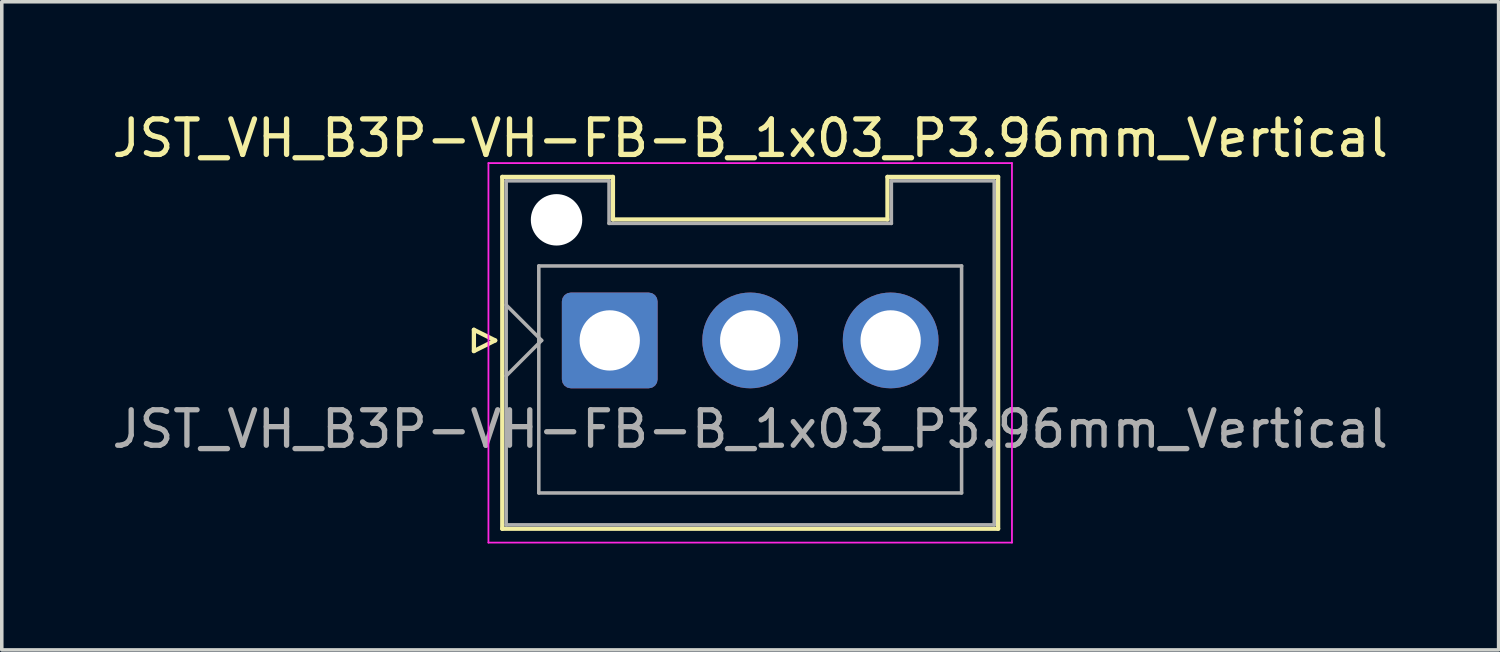
<source format=kicad_pcb>
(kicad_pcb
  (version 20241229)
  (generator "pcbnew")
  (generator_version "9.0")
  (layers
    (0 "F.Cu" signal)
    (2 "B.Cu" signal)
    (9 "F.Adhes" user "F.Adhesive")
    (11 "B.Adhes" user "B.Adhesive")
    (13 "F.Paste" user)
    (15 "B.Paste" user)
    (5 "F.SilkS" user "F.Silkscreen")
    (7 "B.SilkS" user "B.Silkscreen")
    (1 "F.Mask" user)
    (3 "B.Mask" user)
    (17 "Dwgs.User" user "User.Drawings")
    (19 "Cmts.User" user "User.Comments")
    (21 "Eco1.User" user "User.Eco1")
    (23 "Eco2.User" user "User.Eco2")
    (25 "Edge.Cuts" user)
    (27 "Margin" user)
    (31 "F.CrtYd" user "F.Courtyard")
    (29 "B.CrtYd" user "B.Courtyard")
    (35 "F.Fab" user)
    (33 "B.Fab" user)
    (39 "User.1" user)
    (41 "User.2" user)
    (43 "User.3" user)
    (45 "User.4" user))
  (footprint "JST_VH_B3P-VH-FB-B_1x03_P3.96mm_Vertical"
    (layer "F.Cu")
    (at 14.141 6.548)
    (property "Reference" "JST_VH_B3P-VH-FB-B_1x03_P3.96mm_Vertical" (at 3.96 -5.7 0) (layer "F.SilkS") (effects (font (size 1 1) (thickness 0.15))))
    (attr through_hole)
    (fp_line (start -3.83 -0.3) (end -3.23 0) (stroke (width 0.12) (type solid)) (layer "F.SilkS"))
    (fp_line (start -3.83 0.3) (end -3.83 -0.3) (stroke (width 0.12) (type solid)) (layer "F.SilkS"))
    (fp_line (start -3.23 0) (end -3.83 0.3) (stroke (width 0.12) (type solid)) (layer "F.SilkS"))
    (fp_line (start -3.03 -4.61) (end 0.09 -4.61) (stroke (width 0.12) (type solid)) (layer "F.SilkS"))
    (fp_line (start -3.03 5.31) (end -3.03 -4.61) (stroke (width 0.12) (type solid)) (layer "F.SilkS"))
    (fp_line (start 0.09 -4.61) (end 0.09 -3.41) (stroke (width 0.12) (type solid)) (layer "F.SilkS"))
    (fp_line (start 0.09 -3.41) (end 7.83 -3.41) (stroke (width 0.12) (type solid)) (layer "F.SilkS"))
    (fp_line (start 7.83 -4.61) (end 10.95 -4.61) (stroke (width 0.12) (type solid)) (layer "F.SilkS"))
    (fp_line (start 7.83 -3.41) (end 7.83 -4.61) (stroke (width 0.12) (type solid)) (layer "F.SilkS"))
    (fp_line (start 10.95 -4.61) (end 10.95 5.31) (stroke (width 0.12) (type solid)) (layer "F.SilkS"))
    (fp_line (start 10.95 5.31) (end -3.03 5.31) (stroke (width 0.12) (type solid)) (layer "F.SilkS"))
    (fp_line (start -3.42 -5) (end -3.42 5.7) (stroke (width 0.05) (type solid)) (layer "F.CrtYd"))
    (fp_line (start -3.42 5.7) (end 11.34 5.7) (stroke (width 0.05) (type solid)) (layer "F.CrtYd"))
    (fp_line (start 11.34 -5) (end -3.42 -5) (stroke (width 0.05) (type solid)) (layer "F.CrtYd"))
    (fp_line (start 11.34 5.7) (end 11.34 -5) (stroke (width 0.05) (type solid)) (layer "F.CrtYd"))
    (fp_line (start -2.92 -4.5) (end -0.02 -4.5) (stroke (width 0.1) (type solid)) (layer "F.Fab"))
    (fp_line (start -2.92 -1) (end -1.92 0) (stroke (width 0.1) (type solid)) (layer "F.Fab"))
    (fp_line (start -2.92 1) (end -1.92 0) (stroke (width 0.1) (type solid)) (layer "F.Fab"))
    (fp_line (start -2.92 5.2) (end -2.92 -4.5) (stroke (width 0.1) (type solid)) (layer "F.Fab"))
    (fp_line (start -2 -2.1) (end 9.92 -2.1) (stroke (width 0.1) (type solid)) (layer "F.Fab"))
    (fp_line (start -2 4.3) (end -2 -2.1) (stroke (width 0.1) (type solid)) (layer "F.Fab"))
    (fp_line (start -0.02 -4.5) (end -0.02 -3.3) (stroke (width 0.1) (type solid)) (layer "F.Fab"))
    (fp_line (start -0.02 -3.3) (end 7.94 -3.3) (stroke (width 0.1) (type solid)) (layer "F.Fab"))
    (fp_line (start 7.94 -4.5) (end 10.84 -4.5) (stroke (width 0.1) (type solid)) (layer "F.Fab"))
    (fp_line (start 7.94 -3.3) (end 7.94 -4.5) (stroke (width 0.1) (type solid)) (layer "F.Fab"))
    (fp_line (start 9.92 -2.1) (end 9.92 4.3) (stroke (width 0.1) (type solid)) (layer "F.Fab"))
    (fp_line (start 9.92 4.3) (end -2 4.3) (stroke (width 0.1) (type solid)) (layer "F.Fab"))
    (fp_line (start 10.84 -4.5) (end 10.84 5.2) (stroke (width 0.1) (type solid)) (layer "F.Fab"))
    (fp_line (start 10.84 5.2) (end -2.92 5.2) (stroke (width 0.1) (type solid)) (layer "F.Fab"))
    (fp_text user "${REFERENCE}" (at 3.96 2.5 0) (layer "F.Fab") (effects (font (size 1 1) (thickness 0.15))))
    (pad "" np_thru_hole circle (at -1.5 -3.4) (size 1.45 1.45) (drill 1.45) (layers "*.Cu" "*.Mask"))
    (pad "1" thru_hole roundrect (at 0 0) (size 2.7 2.7) (drill 1.7) (layers "*.Cu" "*.Mask") (roundrect_rratio 0.093))
    (pad "2" thru_hole circle (at 3.96 0) (size 2.7 2.7) (drill 1.7) (layers "*.Cu" "*.Mask"))
    (pad "3" thru_hole circle (at 7.92 0) (size 2.7 2.7) (drill 1.7) (layers "*.Cu" "*.Mask")))
  (gr_rect
    (start -3 -3)
    (end 39.202 15.273)
    (stroke (width 0.1) (type default))
    (fill no)
    (layer "Edge.Cuts")))
</source>
